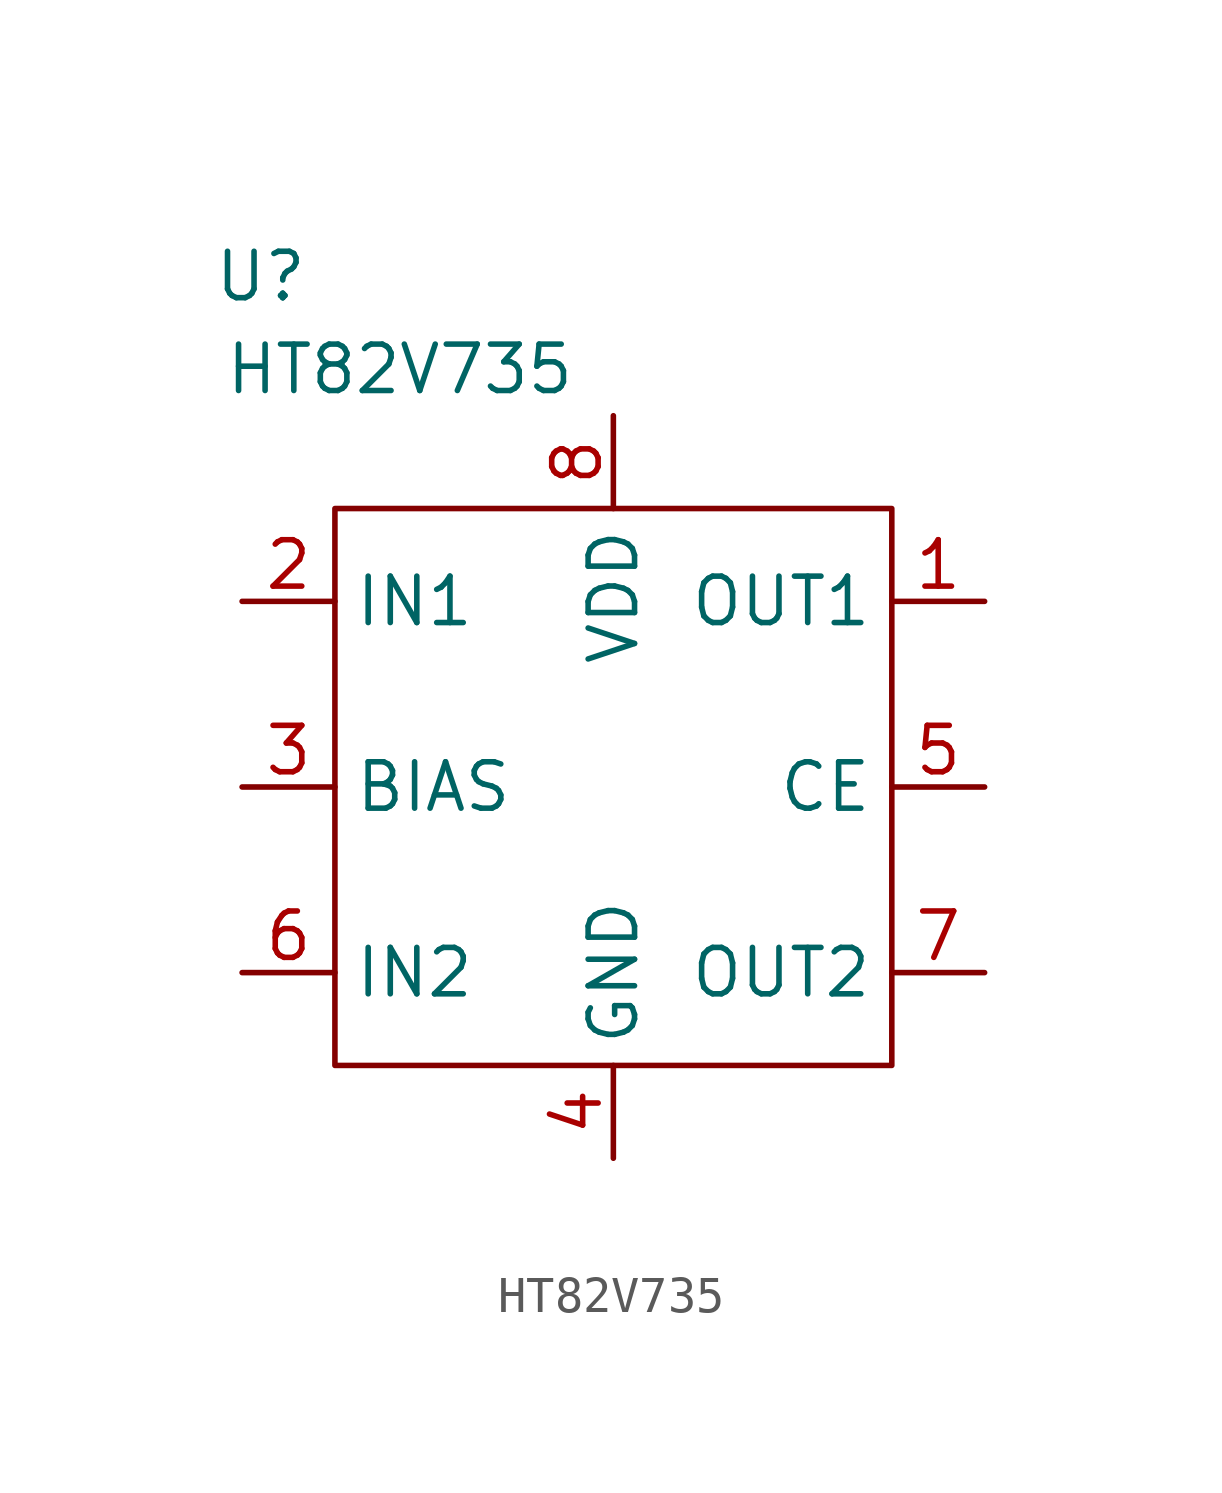
<source format=kicad_sym>
(kicad_symbol_lib
  (version 20231120)
  (generator "kicad_symbol_editor")
  (generator_version "8.0")
  (symbol "HT82V735"
    (property "Reference" "U"
      (at -9.652 13.97 0)
      (effects (font (size 1.27 1.27))))
    (property "Value" "HT82V735"
      (at -5.842 11.43 0)
      (effects (font (size 1.27 1.27))))
    (symbol "HT82V735_0_1"
      (rectangle (start -7.62 7.62) (end 7.62 -7.62) (stroke (width 0) (type default)) (fill (type none))))
    (symbol "HT82V735_1_1"
      (pin output line (at 10.16 5.08 180) (length 2.54) (name "OUT1" (effects (font (size 1.27 1.27)))) (number "1" (effects (font (size 1.27 1.27)))))
      (pin input line (at -10.16 5.08 0) (length 2.54) (name "IN1" (effects (font (size 1.27 1.27)))) (number "2" (effects (font (size 1.27 1.27)))))
      (pin input line (at -10.16 0 0) (length 2.54) (name "BIAS" (effects (font (size 1.27 1.27)))) (number "3" (effects (font (size 1.27 1.27)))))
      (pin power_in line (at 0 -10.16 90) (length 2.54) (name "GND" (effects (font (size 1.27 1.27)))) (number "4" (effects (font (size 1.27 1.27)))))
      (pin input line (at 10.16 0 180) (length 2.54) (name "CE" (effects (font (size 1.27 1.27)))) (number "5" (effects (font (size 1.27 1.27)))))
      (pin input line (at -10.16 -5.08 0) (length 2.54) (name "IN2" (effects (font (size 1.27 1.27)))) (number "6" (effects (font (size 1.27 1.27)))))
      (pin output line (at 10.16 -5.08 180) (length 2.54) (name "OUT2" (effects (font (size 1.27 1.27)))) (number "7" (effects (font (size 1.27 1.27)))))
      (pin power_in line (at 0 10.16 270) (length 2.54) (name "VDD" (effects (font (size 1.27 1.27)))) (number "8" (effects (font (size 1.27 1.27))))))))
</source>
